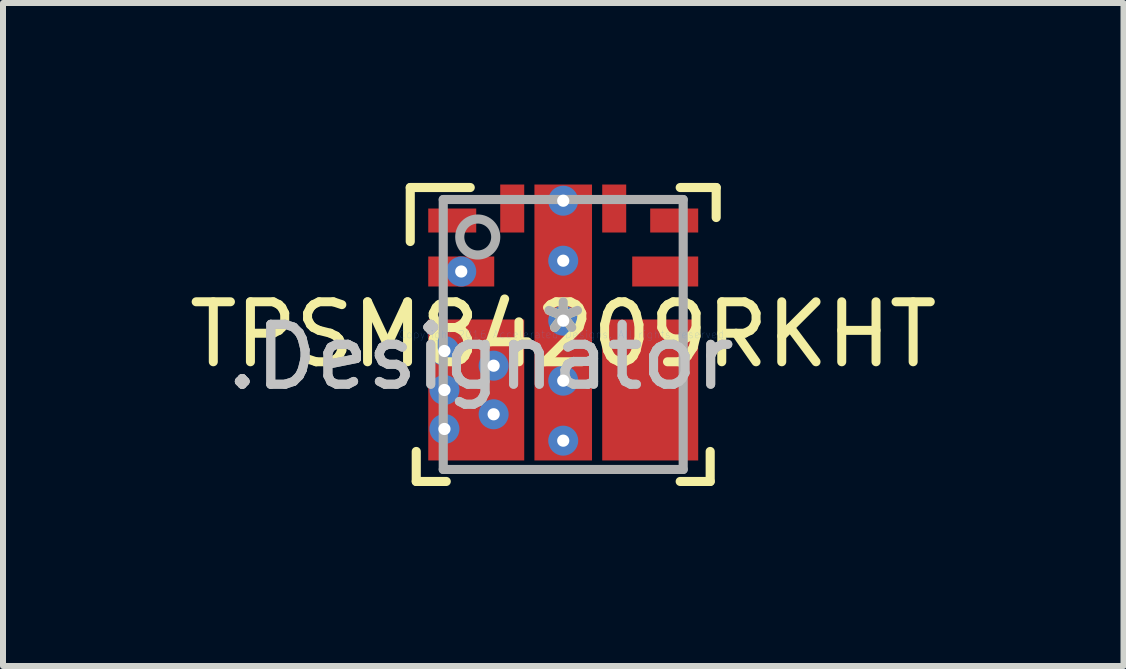
<source format=kicad_pcb>
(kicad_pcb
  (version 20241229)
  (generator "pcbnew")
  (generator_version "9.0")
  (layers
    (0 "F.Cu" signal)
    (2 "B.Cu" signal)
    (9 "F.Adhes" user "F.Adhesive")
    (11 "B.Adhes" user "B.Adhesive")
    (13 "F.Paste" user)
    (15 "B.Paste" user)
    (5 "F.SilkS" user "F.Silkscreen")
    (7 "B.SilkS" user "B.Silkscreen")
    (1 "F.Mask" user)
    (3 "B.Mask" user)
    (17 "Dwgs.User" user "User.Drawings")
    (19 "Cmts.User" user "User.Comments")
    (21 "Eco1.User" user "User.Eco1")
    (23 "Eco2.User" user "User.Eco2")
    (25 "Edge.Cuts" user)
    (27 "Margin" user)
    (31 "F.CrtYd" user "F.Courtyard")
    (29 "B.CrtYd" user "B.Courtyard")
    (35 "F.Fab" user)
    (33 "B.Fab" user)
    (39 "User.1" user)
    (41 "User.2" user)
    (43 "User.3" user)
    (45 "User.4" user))
  (footprint "TPSM84209RKHT"
    (layer "F.Cu")
    (at 6.339 2.526)
    (property "Reference" "TPSM84209RKHT" (at 0 0 0) (layer "F.SilkS") (effects (font (size 1 1) (thickness 0.15))))
    (attr through_hole)
    (fp_line (start -2.2 -0.15) (end -2.15 -0.2) (stroke (width 0.152) (type solid)) (layer "F.Mask"))
    (fp_line (start -2.2 0.05) (end -2.2 -0.15) (stroke (width 0.152) (type solid)) (layer "F.Mask"))
    (fp_line (start -2.2 0.5) (end -2.15 0.45) (stroke (width 0.152) (type solid)) (layer "F.Mask"))
    (fp_line (start -2.2 0.7) (end -2.2 0.5) (stroke (width 0.152) (type solid)) (layer "F.Mask"))
    (fp_line (start -2.2 1.15) (end -2.15 1.1) (stroke (width 0.152) (type solid)) (layer "F.Mask"))
    (fp_line (start -2.2 1.35) (end -2.2 1.15) (stroke (width 0.152) (type solid)) (layer "F.Mask"))
    (fp_line (start -2.2 1.8) (end -2.15 1.75) (stroke (width 0.152) (type solid)) (layer "F.Mask"))
    (fp_line (start -2.2 2) (end -2.2 1.8) (stroke (width 0.152) (type solid)) (layer "F.Mask"))
    (fp_line (start -2.15 0.75) (end -2.2 0.7) (stroke (width 0.152) (type solid)) (layer "F.Mask"))
    (fp_line (start -2.15 -0.2) (end -0.75 -0.2) (stroke (width 0.152) (type solid)) (layer "F.Mask"))
    (fp_line (start -2.15 0.1) (end -2.2 0.05) (stroke (width 0.152) (type solid)) (layer "F.Mask"))
    (fp_line (start -2.15 1.1) (end -1.875 1.1) (stroke (width 0.152) (type solid)) (layer "F.Mask"))
    (fp_line (start -2.15 1.4) (end -2.2 1.35) (stroke (width 0.152) (type solid)) (layer "F.Mask"))
    (fp_line (start -2.15 1.75) (end -1.875 1.75) (stroke (width 0.152) (type solid)) (layer "F.Mask"))
    (fp_line (start -2.15 2.05) (end -2.2 2) (stroke (width 0.152) (type solid)) (layer "F.Mask"))
    (fp_line (start -2.15 0.45) (end -1.875 0.45) (stroke (width 0.152) (type solid)) (layer "F.Mask"))
    (fp_line (start -1.875 0.1) (end -2.15 0.1) (stroke (width 0.152) (type solid)) (layer "F.Mask"))
    (fp_line (start -1.875 0.45) (end -1.825 0.4) (stroke (width 0.152) (type solid)) (layer "F.Mask"))
    (fp_line (start -1.875 0.75) (end -2.15 0.75) (stroke (width 0.152) (type solid)) (layer "F.Mask"))
    (fp_line (start -1.875 1.1) (end -1.825 1.05) (stroke (width 0.152) (type solid)) (layer "F.Mask"))
    (fp_line (start -1.875 1.4) (end -2.15 1.4) (stroke (width 0.152) (type solid)) (layer "F.Mask"))
    (fp_line (start -1.875 1.75) (end -1.825 1.7) (stroke (width 0.152) (type solid)) (layer "F.Mask"))
    (fp_line (start -1.825 0.15) (end -1.875 0.1) (stroke (width 0.152) (type solid)) (layer "F.Mask"))
    (fp_line (start -1.825 0.4) (end -1.825 0.15) (stroke (width 0.152) (type solid)) (layer "F.Mask"))
    (fp_line (start -1.825 0.8) (end -1.875 0.75) (stroke (width 0.152) (type solid)) (layer "F.Mask"))
    (fp_line (start -1.825 1.05) (end -1.825 0.8) (stroke (width 0.152) (type solid)) (layer "F.Mask"))
    (fp_line (start -1.825 1.45) (end -1.875 1.4) (stroke (width 0.152) (type solid)) (layer "F.Mask"))
    (fp_line (start -1.825 1.7) (end -1.825 1.45) (stroke (width 0.152) (type solid)) (layer "F.Mask"))
    (fp_line (start -0.75 -0.2) (end -0.7 -0.15) (stroke (width 0.152) (type solid)) (layer "F.Mask"))
    (fp_line (start -0.75 2.05) (end -2.15 2.05) (stroke (width 0.152) (type solid)) (layer "F.Mask"))
    (fp_line (start -0.7 -0.15) (end -0.7 2) (stroke (width 0.152) (type solid)) (layer "F.Mask"))
    (fp_line (start -0.7 2) (end -0.75 2.05) (stroke (width 0.152) (type solid)) (layer "F.Mask"))
    (fp_line (start -0.2 -2.4) (end -0.199 -2.41) (stroke (width 0.152) (type solid)) (layer "F.Mask"))
    (fp_line (start -0.2 -1.5) (end -0.2 -2.4) (stroke (width 0.152) (type solid)) (layer "F.Mask"))
    (fp_line (start -0.199 -2.41) (end -0.196 -2.419) (stroke (width 0.152) (type solid)) (layer "F.Mask"))
    (fp_line (start -0.199 -1.49) (end -0.2 -1.5) (stroke (width 0.152) (type solid)) (layer "F.Mask"))
    (fp_line (start -0.196 -2.419) (end -0.192 -2.428) (stroke (width 0.152) (type solid)) (layer "F.Mask"))
    (fp_line (start -0.196 -1.481) (end -0.199 -1.49) (stroke (width 0.152) (type solid)) (layer "F.Mask"))
    (fp_line (start -0.192 -2.428) (end -0.185 -2.435) (stroke (width 0.152) (type solid)) (layer "F.Mask"))
    (fp_line (start -0.192 -1.472) (end -0.196 -1.481) (stroke (width 0.152) (type solid)) (layer "F.Mask"))
    (fp_line (start -0.185 -2.435) (end -0.178 -2.442) (stroke (width 0.152) (type solid)) (layer "F.Mask"))
    (fp_line (start -0.185 -1.465) (end -0.192 -1.472) (stroke (width 0.152) (type solid)) (layer "F.Mask"))
    (fp_line (start -0.178 -2.442) (end -0.169 -2.446) (stroke (width 0.152) (type solid)) (layer "F.Mask"))
    (fp_line (start -0.178 -1.458) (end -0.185 -1.465) (stroke (width 0.152) (type solid)) (layer "F.Mask"))
    (fp_line (start -0.169 -2.446) (end -0.16 -2.449) (stroke (width 0.152) (type solid)) (layer "F.Mask"))
    (fp_line (start -0.169 -1.454) (end -0.178 -1.458) (stroke (width 0.152) (type solid)) (layer "F.Mask"))
    (fp_line (start -0.16 -2.449) (end -0.15 -2.45) (stroke (width 0.152) (type solid)) (layer "F.Mask"))
    (fp_line (start -0.16 -1.451) (end -0.169 -1.454) (stroke (width 0.152) (type solid)) (layer "F.Mask"))
    (fp_line (start -0.15 -2.45) (end 0.15 -2.45) (stroke (width 0.152) (type solid)) (layer "F.Mask"))
    (fp_line (start -0.15 -1.45) (end -0.16 -1.451) (stroke (width 0.152) (type solid)) (layer "F.Mask"))
    (fp_line (start 0.15 -2.45) (end 0.16 -2.449) (stroke (width 0.152) (type solid)) (layer "F.Mask"))
    (fp_line (start 0.15 -1.45) (end -0.15 -1.45) (stroke (width 0.152) (type solid)) (layer "F.Mask"))
    (fp_line (start 0.16 -2.449) (end 0.169 -2.446) (stroke (width 0.152) (type solid)) (layer "F.Mask"))
    (fp_line (start 0.16 -1.451) (end 0.15 -1.45) (stroke (width 0.152) (type solid)) (layer "F.Mask"))
    (fp_line (start 0.169 -2.446) (end 0.178 -2.442) (stroke (width 0.152) (type solid)) (layer "F.Mask"))
    (fp_line (start 0.169 -1.454) (end 0.16 -1.451) (stroke (width 0.152) (type solid)) (layer "F.Mask"))
    (fp_line (start 0.178 -2.442) (end 0.185 -2.435) (stroke (width 0.152) (type solid)) (layer "F.Mask"))
    (fp_line (start 0.178 -1.458) (end 0.169 -1.454) (stroke (width 0.152) (type solid)) (layer "F.Mask"))
    (fp_line (start 0.185 -2.435) (end 0.192 -2.428) (stroke (width 0.152) (type solid)) (layer "F.Mask"))
    (fp_line (start 0.185 -1.465) (end 0.178 -1.458) (stroke (width 0.152) (type solid)) (layer "F.Mask"))
    (fp_line (start 0.192 -2.428) (end 0.196 -2.419) (stroke (width 0.152) (type solid)) (layer "F.Mask"))
    (fp_line (start 0.192 -1.472) (end 0.185 -1.465) (stroke (width 0.152) (type solid)) (layer "F.Mask"))
    (fp_line (start 0.196 -2.419) (end 0.199 -2.41) (stroke (width 0.152) (type solid)) (layer "F.Mask"))
    (fp_line (start 0.196 -1.481) (end 0.192 -1.472) (stroke (width 0.152) (type solid)) (layer "F.Mask"))
    (fp_line (start 0.199 -2.41) (end 0.2 -2.4) (stroke (width 0.152) (type solid)) (layer "F.Mask"))
    (fp_line (start 0.199 -1.49) (end 0.196 -1.481) (stroke (width 0.152) (type solid)) (layer "F.Mask"))
    (fp_line (start 0.2 -2.4) (end 0.2 -1.5) (stroke (width 0.152) (type solid)) (layer "F.Mask"))
    (fp_line (start 0.2 -1.5) (end 0.199 -1.49) (stroke (width 0.152) (type solid)) (layer "F.Mask"))
    (fp_line (start 0.7 -0.15) (end 0.7 2) (stroke (width 0.152) (type solid)) (layer "F.Mask"))
    (fp_line (start 0.7 2) (end 0.75 2.05) (stroke (width 0.152) (type solid)) (layer "F.Mask"))
    (fp_line (start 0.75 -0.2) (end 0.7 -0.15) (stroke (width 0.152) (type solid)) (layer "F.Mask"))
    (fp_line (start 0.75 2.05) (end 2.15 2.05) (stroke (width 0.152) (type solid)) (layer "F.Mask"))
    (fp_line (start 1.825 0.15) (end 1.875 0.1) (stroke (width 0.152) (type solid)) (layer "F.Mask"))
    (fp_line (start 1.825 0.4) (end 1.825 0.15) (stroke (width 0.152) (type solid)) (layer "F.Mask"))
    (fp_line (start 1.825 0.8) (end 1.875 0.75) (stroke (width 0.152) (type solid)) (layer "F.Mask"))
    (fp_line (start 1.825 1.05) (end 1.825 0.8) (stroke (width 0.152) (type solid)) (layer "F.Mask"))
    (fp_line (start 1.825 1.45) (end 1.875 1.4) (stroke (width 0.152) (type solid)) (layer "F.Mask"))
    (fp_line (start 1.825 1.7) (end 1.825 1.45) (stroke (width 0.152) (type solid)) (layer "F.Mask"))
    (fp_line (start 1.875 0.1) (end 2.15 0.1) (stroke (width 0.152) (type solid)) (layer "F.Mask"))
    (fp_line (start 1.875 0.45) (end 1.825 0.4) (stroke (width 0.152) (type solid)) (layer "F.Mask"))
    (fp_line (start 1.875 0.75) (end 2.15 0.75) (stroke (width 0.152) (type solid)) (layer "F.Mask"))
    (fp_line (start 1.875 1.1) (end 1.825 1.05) (stroke (width 0.152) (type solid)) (layer "F.Mask"))
    (fp_line (start 1.875 1.4) (end 2.15 1.4) (stroke (width 0.152) (type solid)) (layer "F.Mask"))
    (fp_line (start 1.875 1.75) (end 1.825 1.7) (stroke (width 0.152) (type solid)) (layer "F.Mask"))
    (fp_line (start 2.15 0.45) (end 1.875 0.45) (stroke (width 0.152) (type solid)) (layer "F.Mask"))
    (fp_line (start 2.15 -0.2) (end 0.75 -0.2) (stroke (width 0.152) (type solid)) (layer "F.Mask"))
    (fp_line (start 2.15 0.1) (end 2.2 0.05) (stroke (width 0.152) (type solid)) (layer "F.Mask"))
    (fp_line (start 2.15 1.1) (end 1.875 1.1) (stroke (width 0.152) (type solid)) (layer "F.Mask"))
    (fp_line (start 2.15 1.4) (end 2.2 1.35) (stroke (width 0.152) (type solid)) (layer "F.Mask"))
    (fp_line (start 2.15 1.75) (end 1.875 1.75) (stroke (width 0.152) (type solid)) (layer "F.Mask"))
    (fp_line (start 2.15 2.05) (end 2.2 2) (stroke (width 0.152) (type solid)) (layer "F.Mask"))
    (fp_line (start 2.15 0.75) (end 2.2 0.7) (stroke (width 0.152) (type solid)) (layer "F.Mask"))
    (fp_line (start 2.2 -0.15) (end 2.15 -0.2) (stroke (width 0.152) (type solid)) (layer "F.Mask"))
    (fp_line (start 2.2 0.05) (end 2.2 -0.15) (stroke (width 0.152) (type solid)) (layer "F.Mask"))
    (fp_line (start 2.2 0.5) (end 2.15 0.45) (stroke (width 0.152) (type solid)) (layer "F.Mask"))
    (fp_line (start 2.2 0.7) (end 2.2 0.5) (stroke (width 0.152) (type solid)) (layer "F.Mask"))
    (fp_line (start 2.2 1.15) (end 2.15 1.1) (stroke (width 0.152) (type solid)) (layer "F.Mask"))
    (fp_line (start 2.2 1.35) (end 2.2 1.15) (stroke (width 0.152) (type solid)) (layer "F.Mask"))
    (fp_line (start 2.2 1.8) (end 2.15 1.75) (stroke (width 0.152) (type solid)) (layer "F.Mask"))
    (fp_line (start 2.2 2) (end 2.2 1.8) (stroke (width 0.152) (type solid)) (layer "F.Mask"))
    (fp_line (start -2.55 -2.45) (end -1.55 -2.45) (stroke (width 0.152) (type solid)) (layer "F.SilkS"))
    (fp_line (start -2.55 -1.55) (end -2.55 -2.45) (stroke (width 0.152) (type solid)) (layer "F.SilkS"))
    (fp_line (start -2.45 2.45) (end -2.45 1.95) (stroke (width 0.152) (type solid)) (layer "F.SilkS"))
    (fp_line (start -2.45 2.45) (end -1.95 2.45) (stroke (width 0.152) (type solid)) (layer "F.SilkS"))
    (fp_line (start 1.95 -2.45) (end 2.55 -2.45) (stroke (width 0.152) (type solid)) (layer "F.SilkS"))
    (fp_line (start 1.95 2.45) (end 2.45 2.45) (stroke (width 0.152) (type solid)) (layer "F.SilkS"))
    (fp_line (start 2.45 2.45) (end 2.45 1.95) (stroke (width 0.152) (type solid)) (layer "F.SilkS"))
    (fp_line (start 2.55 -1.95) (end 2.55 -2.45) (stroke (width 0.152) (type solid)) (layer "F.SilkS"))
    (fp_line (start -2.2 -0.15) (end -2.15 -0.2) (stroke (width 0.152) (type solid)) (layer "F.Paste"))
    (fp_line (start -2.2 0.05) (end -2.2 -0.15) (stroke (width 0.152) (type solid)) (layer "F.Paste"))
    (fp_line (start -2.2 0.5) (end -2.15 0.45) (stroke (width 0.152) (type solid)) (layer "F.Paste"))
    (fp_line (start -2.2 0.7) (end -2.2 0.5) (stroke (width 0.152) (type solid)) (layer "F.Paste"))
    (fp_line (start -2.2 1.15) (end -2.15 1.1) (stroke (width 0.152) (type solid)) (layer "F.Paste"))
    (fp_line (start -2.2 1.35) (end -2.2 1.15) (stroke (width 0.152) (type solid)) (layer "F.Paste"))
    (fp_line (start -2.2 1.8) (end -2.15 1.75) (stroke (width 0.152) (type solid)) (layer "F.Paste"))
    (fp_line (start -2.2 2) (end -2.2 1.8) (stroke (width 0.152) (type solid)) (layer "F.Paste"))
    (fp_line (start -2.15 -0.2) (end -1.875 -0.2) (stroke (width 0.152) (type solid)) (layer "F.Paste"))
    (fp_line (start -2.15 0.1) (end -2.2 0.05) (stroke (width 0.152) (type solid)) (layer "F.Paste"))
    (fp_line (start -2.15 0.45) (end -1.875 0.45) (stroke (width 0.152) (type solid)) (layer "F.Paste"))
    (fp_line (start -2.15 0.75) (end -2.2 0.7) (stroke (width 0.152) (type solid)) (layer "F.Paste"))
    (fp_line (start -2.15 1.1) (end -1.875 1.1) (stroke (width 0.152) (type solid)) (layer "F.Paste"))
    (fp_line (start -2.15 1.4) (end -2.2 1.35) (stroke (width 0.152) (type solid)) (layer "F.Paste"))
    (fp_line (start -2.15 1.75) (end -1.875 1.75) (stroke (width 0.152) (type solid)) (layer "F.Paste"))
    (fp_line (start -2.15 2.05) (end -2.2 2) (stroke (width 0.152) (type solid)) (layer "F.Paste"))
    (fp_line (start -1.875 -0.2) (end -1.825 -0.15) (stroke (width 0.152) (type solid)) (layer "F.Paste"))
    (fp_line (start -1.875 0.1) (end -2.15 0.1) (stroke (width 0.152) (type solid)) (layer "F.Paste"))
    (fp_line (start -1.875 0.45) (end -1.825 0.5) (stroke (width 0.152) (type solid)) (layer "F.Paste"))
    (fp_line (start -1.875 0.75) (end -2.15 0.75) (stroke (width 0.152) (type solid)) (layer "F.Paste"))
    (fp_line (start -1.875 1.1) (end -1.825 1.15) (stroke (width 0.152) (type solid)) (layer "F.Paste"))
    (fp_line (start -1.875 1.4) (end -2.15 1.4) (stroke (width 0.152) (type solid)) (layer "F.Paste"))
    (fp_line (start -1.875 1.75) (end -1.825 1.8) (stroke (width 0.152) (type solid)) (layer "F.Paste"))
    (fp_line (start -1.875 2.05) (end -2.15 2.05) (stroke (width 0.152) (type solid)) (layer "F.Paste"))
    (fp_line (start -1.825 -0.15) (end -1.825 0.05) (stroke (width 0.152) (type solid)) (layer "F.Paste"))
    (fp_line (start -1.825 0.05) (end -1.875 0.1) (stroke (width 0.152) (type solid)) (layer "F.Paste"))
    (fp_line (start -1.825 0.5) (end -1.825 0.7) (stroke (width 0.152) (type solid)) (layer "F.Paste"))
    (fp_line (start -1.825 0.7) (end -1.875 0.75) (stroke (width 0.152) (type solid)) (layer "F.Paste"))
    (fp_line (start -1.825 1.15) (end -1.825 1.35) (stroke (width 0.152) (type solid)) (layer "F.Paste"))
    (fp_line (start -1.825 1.35) (end -1.875 1.4) (stroke (width 0.152) (type solid)) (layer "F.Paste"))
    (fp_line (start -1.825 1.8) (end -1.825 2) (stroke (width 0.152) (type solid)) (layer "F.Paste"))
    (fp_line (start -1.825 2) (end -1.875 2.05) (stroke (width 0.152) (type solid)) (layer "F.Paste"))
    (fp_line (start -1.625 -0.14) (end -1.575 -0.19) (stroke (width 0.152) (type solid)) (layer "F.Paste"))
    (fp_line (start -1.625 0.37) (end -1.625 -0.14) (stroke (width 0.152) (type solid)) (layer "F.Paste"))
    (fp_line (start -1.625 0.67) (end -1.575 0.62) (stroke (width 0.152) (type solid)) (layer "F.Paste"))
    (fp_line (start -1.625 1.18) (end -1.625 0.67) (stroke (width 0.152) (type solid)) (layer "F.Paste"))
    (fp_line (start -1.625 1.48) (end -1.575 1.43) (stroke (width 0.152) (type solid)) (layer "F.Paste"))
    (fp_line (start -1.625 1.99) (end -1.625 1.48) (stroke (width 0.152) (type solid)) (layer "F.Paste"))
    (fp_line (start -1.575 -0.19) (end -0.755 -0.19) (stroke (width 0.152) (type solid)) (layer "F.Paste"))
    (fp_line (start -1.575 0.42) (end -1.625 0.37) (stroke (width 0.152) (type solid)) (layer "F.Paste"))
    (fp_line (start -1.575 0.62) (end -0.755 0.62) (stroke (width 0.152) (type solid)) (layer "F.Paste"))
    (fp_line (start -1.575 1.23) (end -1.625 1.18) (stroke (width 0.152) (type solid)) (layer "F.Paste"))
    (fp_line (start -1.575 1.43) (end -0.755 1.43) (stroke (width 0.152) (type solid)) (layer "F.Paste"))
    (fp_line (start -1.575 2.04) (end -1.625 1.99) (stroke (width 0.152) (type solid)) (layer "F.Paste"))
    (fp_line (start -0.755 -0.19) (end -0.705 -0.14) (stroke (width 0.152) (type solid)) (layer "F.Paste"))
    (fp_line (start -0.755 0.42) (end -1.575 0.42) (stroke (width 0.152) (type solid)) (layer "F.Paste"))
    (fp_line (start -0.755 0.62) (end -0.705 0.67) (stroke (width 0.152) (type solid)) (layer "F.Paste"))
    (fp_line (start -0.755 1.23) (end -1.575 1.23) (stroke (width 0.152) (type solid)) (layer "F.Paste"))
    (fp_line (start -0.755 1.43) (end -0.705 1.48) (stroke (width 0.152) (type solid)) (layer "F.Paste"))
    (fp_line (start -0.755 2.04) (end -1.575 2.04) (stroke (width 0.152) (type solid)) (layer "F.Paste"))
    (fp_line (start -0.705 -0.14) (end -0.705 0.37) (stroke (width 0.152) (type solid)) (layer "F.Paste"))
    (fp_line (start -0.705 0.37) (end -0.755 0.42) (stroke (width 0.152) (type solid)) (layer "F.Paste"))
    (fp_line (start -0.705 0.67) (end -0.705 1.18) (stroke (width 0.152) (type solid)) (layer "F.Paste"))
    (fp_line (start -0.705 1.18) (end -0.755 1.23) (stroke (width 0.152) (type solid)) (layer "F.Paste"))
    (fp_line (start -0.705 1.48) (end -0.705 1.99) (stroke (width 0.152) (type solid)) (layer "F.Paste"))
    (fp_line (start -0.705 1.99) (end -0.755 2.04) (stroke (width 0.152) (type solid)) (layer "F.Paste"))
    (fp_line (start -0.2 -2.4) (end -0.199 -2.41) (stroke (width 0.152) (type solid)) (layer "F.Paste"))
    (fp_line (start -0.2 -1.5) (end -0.2 -2.4) (stroke (width 0.152) (type solid)) (layer "F.Paste"))
    (fp_line (start -0.199 -2.41) (end -0.196 -2.419) (stroke (width 0.152) (type solid)) (layer "F.Paste"))
    (fp_line (start -0.199 -1.49) (end -0.2 -1.5) (stroke (width 0.152) (type solid)) (layer "F.Paste"))
    (fp_line (start -0.196 -2.419) (end -0.192 -2.428) (stroke (width 0.152) (type solid)) (layer "F.Paste"))
    (fp_line (start -0.196 -1.481) (end -0.199 -1.49) (stroke (width 0.152) (type solid)) (layer "F.Paste"))
    (fp_line (start -0.192 -2.428) (end -0.185 -2.435) (stroke (width 0.152) (type solid)) (layer "F.Paste"))
    (fp_line (start -0.192 -1.472) (end -0.196 -1.481) (stroke (width 0.152) (type solid)) (layer "F.Paste"))
    (fp_line (start -0.185 -2.435) (end -0.178 -2.442) (stroke (width 0.152) (type solid)) (layer "F.Paste"))
    (fp_line (start -0.185 -1.465) (end -0.192 -1.472) (stroke (width 0.152) (type solid)) (layer "F.Paste"))
    (fp_line (start -0.178 -2.442) (end -0.169 -2.446) (stroke (width 0.152) (type solid)) (layer "F.Paste"))
    (fp_line (start -0.178 -1.458) (end -0.185 -1.465) (stroke (width 0.152) (type solid)) (layer "F.Paste"))
    (fp_line (start -0.169 -2.446) (end -0.16 -2.449) (stroke (width 0.152) (type solid)) (layer "F.Paste"))
    (fp_line (start -0.169 -1.454) (end -0.178 -1.458) (stroke (width 0.152) (type solid)) (layer "F.Paste"))
    (fp_line (start -0.16 -2.449) (end -0.15 -2.45) (stroke (width 0.152) (type solid)) (layer "F.Paste"))
    (fp_line (start -0.16 -1.451) (end -0.169 -1.454) (stroke (width 0.152) (type solid)) (layer "F.Paste"))
    (fp_line (start -0.15 -2.45) (end 0.15 -2.45) (stroke (width 0.152) (type solid)) (layer "F.Paste"))
    (fp_line (start -0.15 -1.45) (end -0.16 -1.451) (stroke (width 0.152) (type solid)) (layer "F.Paste"))
    (fp_line (start 0.15 -2.45) (end 0.16 -2.449) (stroke (width 0.152) (type solid)) (layer "F.Paste"))
    (fp_line (start 0.15 -1.45) (end -0.15 -1.45) (stroke (width 0.152) (type solid)) (layer "F.Paste"))
    (fp_line (start 0.16 -2.449) (end 0.169 -2.446) (stroke (width 0.152) (type solid)) (layer "F.Paste"))
    (fp_line (start 0.16 -1.451) (end 0.15 -1.45) (stroke (width 0.152) (type solid)) (layer "F.Paste"))
    (fp_line (start 0.169 -2.446) (end 0.178 -2.442) (stroke (width 0.152) (type solid)) (layer "F.Paste"))
    (fp_line (start 0.169 -1.454) (end 0.16 -1.451) (stroke (width 0.152) (type solid)) (layer "F.Paste"))
    (fp_line (start 0.178 -2.442) (end 0.185 -2.435) (stroke (width 0.152) (type solid)) (layer "F.Paste"))
    (fp_line (start 0.178 -1.458) (end 0.169 -1.454) (stroke (width 0.152) (type solid)) (layer "F.Paste"))
    (fp_line (start 0.185 -2.435) (end 0.192 -2.428) (stroke (width 0.152) (type solid)) (layer "F.Paste"))
    (fp_line (start 0.185 -1.465) (end 0.178 -1.458) (stroke (width 0.152) (type solid)) (layer "F.Paste"))
    (fp_line (start 0.192 -2.428) (end 0.196 -2.419) (stroke (width 0.152) (type solid)) (layer "F.Paste"))
    (fp_line (start 0.192 -1.472) (end 0.185 -1.465) (stroke (width 0.152) (type solid)) (layer "F.Paste"))
    (fp_line (start 0.196 -2.419) (end 0.199 -2.41) (stroke (width 0.152) (type solid)) (layer "F.Paste"))
    (fp_line (start 0.196 -1.481) (end 0.192 -1.472) (stroke (width 0.152) (type solid)) (layer "F.Paste"))
    (fp_line (start 0.199 -2.41) (end 0.2 -2.4) (stroke (width 0.152) (type solid)) (layer "F.Paste"))
    (fp_line (start 0.199 -1.49) (end 0.196 -1.481) (stroke (width 0.152) (type solid)) (layer "F.Paste"))
    (fp_line (start 0.2 -2.4) (end 0.2 -1.5) (stroke (width 0.152) (type solid)) (layer "F.Paste"))
    (fp_line (start 0.2 -1.5) (end 0.199 -1.49) (stroke (width 0.152) (type solid)) (layer "F.Paste"))
    (fp_line (start 0.705 -0.14) (end 0.705 0.37) (stroke (width 0.152) (type solid)) (layer "F.Paste"))
    (fp_line (start 0.705 0.37) (end 0.755 0.42) (stroke (width 0.152) (type solid)) (layer "F.Paste"))
    (fp_line (start 0.705 0.67) (end 0.705 1.18) (stroke (width 0.152) (type solid)) (layer "F.Paste"))
    (fp_line (start 0.705 1.18) (end 0.755 1.23) (stroke (width 0.152) (type solid)) (layer "F.Paste"))
    (fp_line (start 0.705 1.48) (end 0.705 1.99) (stroke (width 0.152) (type solid)) (layer "F.Paste"))
    (fp_line (start 0.705 1.99) (end 0.755 2.04) (stroke (width 0.152) (type solid)) (layer "F.Paste"))
    (fp_line (start 0.755 -0.19) (end 0.705 -0.14) (stroke (width 0.152) (type solid)) (layer "F.Paste"))
    (fp_line (start 0.755 0.42) (end 1.575 0.42) (stroke (width 0.152) (type solid)) (layer "F.Paste"))
    (fp_line (start 0.755 0.62) (end 0.705 0.67) (stroke (width 0.152) (type solid)) (layer "F.Paste"))
    (fp_line (start 0.755 1.23) (end 1.575 1.23) (stroke (width 0.152) (type solid)) (layer "F.Paste"))
    (fp_line (start 0.755 1.43) (end 0.705 1.48) (stroke (width 0.152) (type solid)) (layer "F.Paste"))
    (fp_line (start 0.755 2.04) (end 1.575 2.04) (stroke (width 0.152) (type solid)) (layer "F.Paste"))
    (fp_line (start 1.575 -0.19) (end 0.755 -0.19) (stroke (width 0.152) (type solid)) (layer "F.Paste"))
    (fp_line (start 1.575 0.42) (end 1.625 0.37) (stroke (width 0.152) (type solid)) (layer "F.Paste"))
    (fp_line (start 1.575 0.62) (end 0.755 0.62) (stroke (width 0.152) (type solid)) (layer "F.Paste"))
    (fp_line (start 1.575 1.23) (end 1.625 1.18) (stroke (width 0.152) (type solid)) (layer "F.Paste"))
    (fp_line (start 1.575 1.43) (end 0.755 1.43) (stroke (width 0.152) (type solid)) (layer "F.Paste"))
    (fp_line (start 1.575 2.04) (end 1.625 1.99) (stroke (width 0.152) (type solid)) (layer "F.Paste"))
    (fp_line (start 1.625 -0.14) (end 1.575 -0.19) (stroke (width 0.152) (type solid)) (layer "F.Paste"))
    (fp_line (start 1.625 0.37) (end 1.625 -0.14) (stroke (width 0.152) (type solid)) (layer "F.Paste"))
    (fp_line (start 1.625 0.67) (end 1.575 0.62) (stroke (width 0.152) (type solid)) (layer "F.Paste"))
    (fp_line (start 1.625 1.18) (end 1.625 0.67) (stroke (width 0.152) (type solid)) (layer "F.Paste"))
    (fp_line (start 1.625 1.48) (end 1.575 1.43) (stroke (width 0.152) (type solid)) (layer "F.Paste"))
    (fp_line (start 1.625 1.99) (end 1.625 1.48) (stroke (width 0.152) (type solid)) (layer "F.Paste"))
    (fp_line (start 1.825 -0.15) (end 1.825 0.05) (stroke (width 0.152) (type solid)) (layer "F.Paste"))
    (fp_line (start 1.825 0.05) (end 1.875 0.1) (stroke (width 0.152) (type solid)) (layer "F.Paste"))
    (fp_line (start 1.825 0.5) (end 1.825 0.7) (stroke (width 0.152) (type solid)) (layer "F.Paste"))
    (fp_line (start 1.825 0.7) (end 1.875 0.75) (stroke (width 0.152) (type solid)) (layer "F.Paste"))
    (fp_line (start 1.825 1.15) (end 1.825 1.35) (stroke (width 0.152) (type solid)) (layer "F.Paste"))
    (fp_line (start 1.825 1.35) (end 1.875 1.4) (stroke (width 0.152) (type solid)) (layer "F.Paste"))
    (fp_line (start 1.825 1.8) (end 1.825 2) (stroke (width 0.152) (type solid)) (layer "F.Paste"))
    (fp_line (start 1.825 2) (end 1.875 2.05) (stroke (width 0.152) (type solid)) (layer "F.Paste"))
    (fp_line (start 1.875 -0.2) (end 1.825 -0.15) (stroke (width 0.152) (type solid)) (layer "F.Paste"))
    (fp_line (start 1.875 0.1) (end 2.15 0.1) (stroke (width 0.152) (type solid)) (layer "F.Paste"))
    (fp_line (start 1.875 0.45) (end 1.825 0.5) (stroke (width 0.152) (type solid)) (layer "F.Paste"))
    (fp_line (start 1.875 0.75) (end 2.15 0.75) (stroke (width 0.152) (type solid)) (layer "F.Paste"))
    (fp_line (start 1.875 1.1) (end 1.825 1.15) (stroke (width 0.152) (type solid)) (layer "F.Paste"))
    (fp_line (start 1.875 1.4) (end 2.15 1.4) (stroke (width 0.152) (type solid)) (layer "F.Paste"))
    (fp_line (start 1.875 1.75) (end 1.825 1.8) (stroke (width 0.152) (type solid)) (layer "F.Paste"))
    (fp_line (start 1.875 2.05) (end 2.15 2.05) (stroke (width 0.152) (type solid)) (layer "F.Paste"))
    (fp_line (start 2.15 -0.2) (end 1.875 -0.2) (stroke (width 0.152) (type solid)) (layer "F.Paste"))
    (fp_line (start 2.15 0.1) (end 2.2 0.05) (stroke (width 0.152) (type solid)) (layer "F.Paste"))
    (fp_line (start 2.15 0.45) (end 1.875 0.45) (stroke (width 0.152) (type solid)) (layer "F.Paste"))
    (fp_line (start 2.15 0.75) (end 2.2 0.7) (stroke (width 0.152) (type solid)) (layer "F.Paste"))
    (fp_line (start 2.15 1.1) (end 1.875 1.1) (stroke (width 0.152) (type solid)) (layer "F.Paste"))
    (fp_line (start 2.15 1.4) (end 2.2 1.35) (stroke (width 0.152) (type solid)) (layer "F.Paste"))
    (fp_line (start 2.15 1.75) (end 1.875 1.75) (stroke (width 0.152) (type solid)) (layer "F.Paste"))
    (fp_line (start 2.15 2.05) (end 2.2 2) (stroke (width 0.152) (type solid)) (layer "F.Paste"))
    (fp_line (start 2.2 -0.15) (end 2.15 -0.2) (stroke (width 0.152) (type solid)) (layer "F.Paste"))
    (fp_line (start 2.2 0.05) (end 2.2 -0.15) (stroke (width 0.152) (type solid)) (layer "F.Paste"))
    (fp_line (start 2.2 0.5) (end 2.15 0.45) (stroke (width 0.152) (type solid)) (layer "F.Paste"))
    (fp_line (start 2.2 0.7) (end 2.2 0.5) (stroke (width 0.152) (type solid)) (layer "F.Paste"))
    (fp_line (start 2.2 1.15) (end 2.15 1.1) (stroke (width 0.152) (type solid)) (layer "F.Paste"))
    (fp_line (start 2.2 1.35) (end 2.2 1.15) (stroke (width 0.152) (type solid)) (layer "F.Paste"))
    (fp_line (start 2.2 1.8) (end 2.15 1.75) (stroke (width 0.152) (type solid)) (layer "F.Paste"))
    (fp_line (start 2.2 2) (end 2.2 1.8) (stroke (width 0.152) (type solid)) (layer "F.Paste"))
    (fp_line (start -2 -2.25) (end 2 -2.25) (stroke (width 0.152) (type solid)) (layer "F.Fab"))
    (fp_line (start -2 2.25) (end -2 -2.25) (stroke (width 0.152) (type solid)) (layer "F.Fab"))
    (fp_line (start -2 2.25) (end 2 2.25) (stroke (width 0.152) (type solid)) (layer "F.Fab"))
    (fp_line (start 2 2.25) (end 2 -2.25) (stroke (width 0.152) (type solid)) (layer "F.Fab"))
    (fp_circle (center -1.425 -1.625) (end -1.125 -1.625) (stroke (width 0.152) (type solid)) (fill no) (layer "F.Fab"))
    (fp_text user "*" (at 0 0 0) (layer "F.SilkS") (effects (font (size 1 1) (thickness 0.15))))
    (fp_text user ".Designator" (at -1.375 0.375 0) (layer "Dwgs.User") (effects (font (size 1 1) (thickness 0.15))))
    (fp_text user "Copyright 2016 Accelerated Designs. All rights reserved." (at 0 0 0) (layer "Cmts.User") (effects (font (size 0.127 0.127) (thickness 0.002))))
    (fp_text user ".Designator" (at -1.375 0.375 0) (layer "F.Fab") (effects (font (size 1 1) (thickness 0.15))))
    (fp_text user "*" (at 0 0 0) (layer "F.Fab") (effects (font (size 1 1) (thickness 0.15))))
    (pad "1" smd rect (at -1.85 -1.9) (size 0.8 0.4) (layers "F.Cu" "F.Mask" "F.Paste"))
    (pad "2" thru_hole circle (at -1.7 -1.05) (size 0.5 0.5) (drill 0.203) (layers "*.Cu" "*.Mask"))
    (pad "2" smd rect (at -1.7 -1.05) (size 1.1 0.5) (layers "F.Cu" "F.Mask" "F.Paste"))
    (pad "3" thru_hole circle (at -1.98 0.275) (size 0.5 0.5) (drill 0.203) (layers "*.Cu" "*.Mask"))
    (pad "3" thru_hole circle (at -1.98 0.925) (size 0.5 0.5) (drill 0.203) (layers "*.Cu" "*.Mask"))
    (pad "3" thru_hole circle (at -1.98 1.575) (size 0.5 0.5) (drill 0.203) (layers "*.Cu" "*.Mask"))
    (pad "3" smd rect (at -1.45 0.925) (size 1.6 2.35) (layers "F.Cu" "F.Mask" "F.Paste"))
    (pad "3" thru_hole circle (at -1.16 0.52) (size 0.5 0.5) (drill 0.203) (layers "*.Cu" "*.Mask"))
    (pad "3" thru_hole circle (at -1.16 1.33) (size 0.5 0.5) (drill 0.203) (layers "*.Cu" "*.Mask"))
    (pad "4" smd rect (at 1.45 0.925) (size 1.6 2.35) (layers "F.Cu" "F.Mask" "F.Paste"))
    (pad "5" smd rect (at 1.7 -1.05) (size 1.1 0.5) (layers "F.Cu" "F.Mask" "F.Paste"))
    (pad "6" smd rect (at 1.85 -1.9) (size 0.8 0.4) (layers "F.Cu" "F.Mask" "F.Paste"))
    (pad "7" smd rect (at 0.85 -2.1 90) (size 0.8 0.4) (layers "F.Cu" "F.Mask" "F.Paste"))
    (pad "8" thru_hole circle (at 0 -2.23) (size 0.5 0.5) (drill 0.203) (layers "*.Cu" "*.Mask"))
    (pad "8" thru_hole circle (at 0 -1.23) (size 0.5 0.5) (drill 0.203) (layers "*.Cu" "*.Mask"))
    (pad "8" thru_hole circle (at 0 -0.23) (size 0.5 0.5) (drill 0.203) (layers "*.Cu" "*.Mask"))
    (pad "8" smd rect (at 0 -0.2) (size 0.96 4.6) (layers "F.Cu" "F.Mask" "F.Paste"))
    (pad "8" thru_hole circle (at 0 0.77) (size 0.5 0.5) (drill 0.203) (layers "*.Cu" "*.Mask"))
    (pad "8" thru_hole circle (at 0 1.77) (size 0.5 0.5) (drill 0.203) (layers "*.Cu" "*.Mask"))
    (pad "9" smd rect (at -0.85 -2.1 90) (size 0.8 0.4) (layers "F.Cu" "F.Mask" "F.Paste")))
  (gr_rect
    (start -3 -3)
    (end 15.679 8.052)
    (stroke (width 0.1) (type default))
    (fill no)
    (layer "Edge.Cuts")))
</source>
